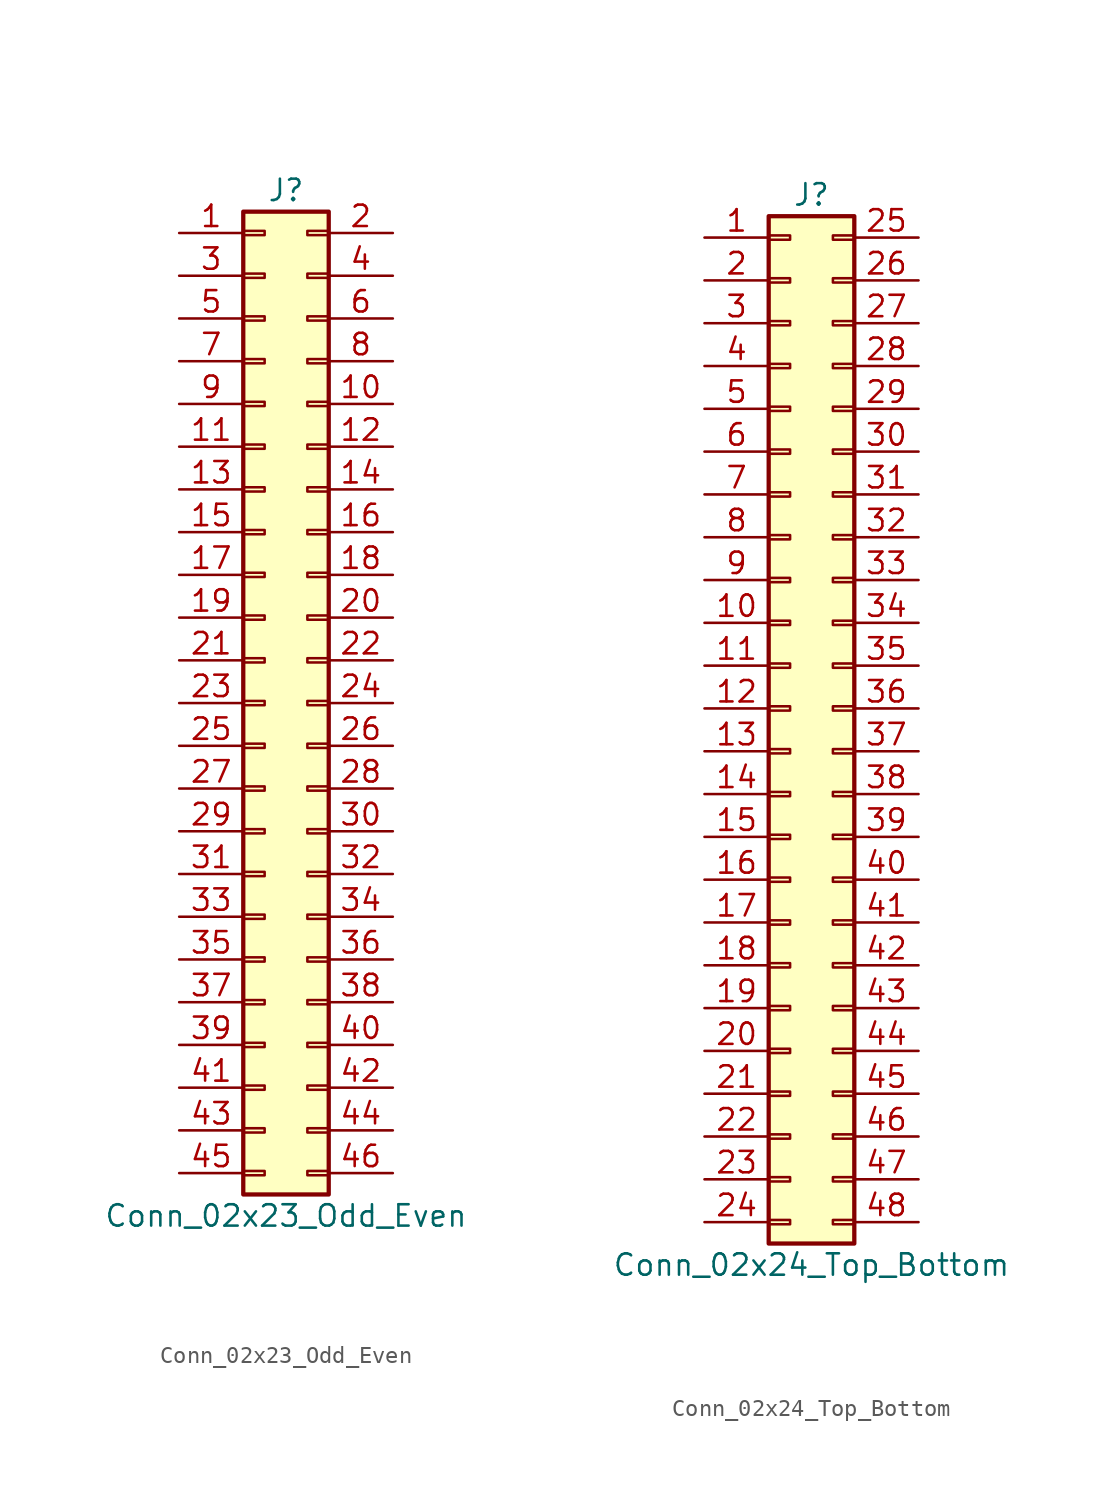
<source format=kicad_sym>
(kicad_symbol_lib
  (version 20201005)
  (generator kicad_symbol_editor)
  (symbol "Conn_02x23_Odd_Even"
    (pin_names
      (offset 1.016) hide)
    (property "Reference" "J"
      (at 1.27 30.48 0)
      (effects (font (size 1.27 1.27))))
    (property "Value" "Conn_02x23_Odd_Even"
      (at 1.27 -30.48 0)
      (effects (font (size 1.27 1.27))))
    (symbol "Conn_02x23_Odd_Even_1_1"
      (rectangle (start -1.27 -27.813) (end 0 -28.067) (stroke (width 0.152)) (fill (type none)))
      (rectangle (start -1.27 -25.273) (end 0 -25.527) (stroke (width 0.152)) (fill (type none)))
      (rectangle (start -1.27 -22.733) (end 0 -22.987) (stroke (width 0.152)) (fill (type none)))
      (rectangle (start -1.27 -20.193) (end 0 -20.447) (stroke (width 0.152)) (fill (type none)))
      (rectangle (start -1.27 -17.653) (end 0 -17.907) (stroke (width 0.152)) (fill (type none)))
      (rectangle (start -1.27 -15.113) (end 0 -15.367) (stroke (width 0.152)) (fill (type none)))
      (rectangle (start -1.27 -12.573) (end 0 -12.827) (stroke (width 0.152)) (fill (type none)))
      (rectangle (start -1.27 -10.033) (end 0 -10.287) (stroke (width 0.152)) (fill (type none)))
      (rectangle (start -1.27 -7.493) (end 0 -7.747) (stroke (width 0.152)) (fill (type none)))
      (rectangle (start -1.27 -4.953) (end 0 -5.207) (stroke (width 0.152)) (fill (type none)))
      (rectangle (start -1.27 -2.413) (end 0 -2.667) (stroke (width 0.152)) (fill (type none)))
      (rectangle (start -1.27 0.127) (end 0 -0.127) (stroke (width 0.152)) (fill (type none)))
      (rectangle (start -1.27 2.667) (end 0 2.413) (stroke (width 0.152)) (fill (type none)))
      (rectangle (start -1.27 5.207) (end 0 4.953) (stroke (width 0.152)) (fill (type none)))
      (rectangle (start -1.27 7.747) (end 0 7.493) (stroke (width 0.152)) (fill (type none)))
      (rectangle (start -1.27 10.287) (end 0 10.033) (stroke (width 0.152)) (fill (type none)))
      (rectangle (start -1.27 12.827) (end 0 12.573) (stroke (width 0.152)) (fill (type none)))
      (rectangle (start -1.27 15.367) (end 0 15.113) (stroke (width 0.152)) (fill (type none)))
      (rectangle (start -1.27 17.907) (end 0 17.653) (stroke (width 0.152)) (fill (type none)))
      (rectangle (start -1.27 20.447) (end 0 20.193) (stroke (width 0.152)) (fill (type none)))
      (rectangle (start -1.27 22.987) (end 0 22.733) (stroke (width 0.152)) (fill (type none)))
      (rectangle (start -1.27 25.527) (end 0 25.273) (stroke (width 0.152)) (fill (type none)))
      (rectangle (start -1.27 28.067) (end 0 27.813) (stroke (width 0.152)) (fill (type none)))
      (rectangle (start -1.27 29.21) (end 3.81 -29.21) (stroke (width 0.254)) (fill (type background)))
      (rectangle (start 3.81 -27.813) (end 2.54 -28.067) (stroke (width 0.152)) (fill (type none)))
      (rectangle (start 3.81 -25.273) (end 2.54 -25.527) (stroke (width 0.152)) (fill (type none)))
      (rectangle (start 3.81 -22.733) (end 2.54 -22.987) (stroke (width 0.152)) (fill (type none)))
      (rectangle (start 3.81 -20.193) (end 2.54 -20.447) (stroke (width 0.152)) (fill (type none)))
      (rectangle (start 3.81 -17.653) (end 2.54 -17.907) (stroke (width 0.152)) (fill (type none)))
      (rectangle (start 3.81 -15.113) (end 2.54 -15.367) (stroke (width 0.152)) (fill (type none)))
      (rectangle (start 3.81 -12.573) (end 2.54 -12.827) (stroke (width 0.152)) (fill (type none)))
      (rectangle (start 3.81 -10.033) (end 2.54 -10.287) (stroke (width 0.152)) (fill (type none)))
      (rectangle (start 3.81 -7.493) (end 2.54 -7.747) (stroke (width 0.152)) (fill (type none)))
      (rectangle (start 3.81 -4.953) (end 2.54 -5.207) (stroke (width 0.152)) (fill (type none)))
      (rectangle (start 3.81 -2.413) (end 2.54 -2.667) (stroke (width 0.152)) (fill (type none)))
      (rectangle (start 3.81 0.127) (end 2.54 -0.127) (stroke (width 0.152)) (fill (type none)))
      (rectangle (start 3.81 2.667) (end 2.54 2.413) (stroke (width 0.152)) (fill (type none)))
      (rectangle (start 3.81 5.207) (end 2.54 4.953) (stroke (width 0.152)) (fill (type none)))
      (rectangle (start 3.81 7.747) (end 2.54 7.493) (stroke (width 0.152)) (fill (type none)))
      (rectangle (start 3.81 10.287) (end 2.54 10.033) (stroke (width 0.152)) (fill (type none)))
      (rectangle (start 3.81 12.827) (end 2.54 12.573) (stroke (width 0.152)) (fill (type none)))
      (rectangle (start 3.81 15.367) (end 2.54 15.113) (stroke (width 0.152)) (fill (type none)))
      (rectangle (start 3.81 17.907) (end 2.54 17.653) (stroke (width 0.152)) (fill (type none)))
      (rectangle (start 3.81 20.447) (end 2.54 20.193) (stroke (width 0.152)) (fill (type none)))
      (rectangle (start 3.81 22.987) (end 2.54 22.733) (stroke (width 0.152)) (fill (type none)))
      (rectangle (start 3.81 25.527) (end 2.54 25.273) (stroke (width 0.152)) (fill (type none)))
      (rectangle (start 3.81 28.067) (end 2.54 27.813) (stroke (width 0.152)) (fill (type none)))
      (pin passive line (at -5.08 27.94 0) (length 3.81) (name "Pin_1" (effects (font (size 1.27 1.27)))) (number "1" (effects (font (size 1.27 1.27)))))
      (pin passive line (at 7.62 17.78 180) (length 3.81) (name "Pin_10" (effects (font (size 1.27 1.27)))) (number "10" (effects (font (size 1.27 1.27)))))
      (pin passive line (at -5.08 15.24 0) (length 3.81) (name "Pin_11" (effects (font (size 1.27 1.27)))) (number "11" (effects (font (size 1.27 1.27)))))
      (pin passive line (at 7.62 15.24 180) (length 3.81) (name "Pin_12" (effects (font (size 1.27 1.27)))) (number "12" (effects (font (size 1.27 1.27)))))
      (pin passive line (at -5.08 12.7 0) (length 3.81) (name "Pin_13" (effects (font (size 1.27 1.27)))) (number "13" (effects (font (size 1.27 1.27)))))
      (pin passive line (at 7.62 12.7 180) (length 3.81) (name "Pin_14" (effects (font (size 1.27 1.27)))) (number "14" (effects (font (size 1.27 1.27)))))
      (pin passive line (at -5.08 10.16 0) (length 3.81) (name "Pin_15" (effects (font (size 1.27 1.27)))) (number "15" (effects (font (size 1.27 1.27)))))
      (pin passive line (at 7.62 10.16 180) (length 3.81) (name "Pin_16" (effects (font (size 1.27 1.27)))) (number "16" (effects (font (size 1.27 1.27)))))
      (pin passive line (at -5.08 7.62 0) (length 3.81) (name "Pin_17" (effects (font (size 1.27 1.27)))) (number "17" (effects (font (size 1.27 1.27)))))
      (pin passive line (at 7.62 7.62 180) (length 3.81) (name "Pin_18" (effects (font (size 1.27 1.27)))) (number "18" (effects (font (size 1.27 1.27)))))
      (pin passive line (at -5.08 5.08 0) (length 3.81) (name "Pin_19" (effects (font (size 1.27 1.27)))) (number "19" (effects (font (size 1.27 1.27)))))
      (pin passive line (at 7.62 27.94 180) (length 3.81) (name "Pin_2" (effects (font (size 1.27 1.27)))) (number "2" (effects (font (size 1.27 1.27)))))
      (pin passive line (at 7.62 5.08 180) (length 3.81) (name "Pin_20" (effects (font (size 1.27 1.27)))) (number "20" (effects (font (size 1.27 1.27)))))
      (pin passive line (at -5.08 2.54 0) (length 3.81) (name "Pin_21" (effects (font (size 1.27 1.27)))) (number "21" (effects (font (size 1.27 1.27)))))
      (pin passive line (at 7.62 2.54 180) (length 3.81) (name "Pin_22" (effects (font (size 1.27 1.27)))) (number "22" (effects (font (size 1.27 1.27)))))
      (pin passive line (at -5.08 0 0) (length 3.81) (name "Pin_23" (effects (font (size 1.27 1.27)))) (number "23" (effects (font (size 1.27 1.27)))))
      (pin passive line (at 7.62 0 180) (length 3.81) (name "Pin_24" (effects (font (size 1.27 1.27)))) (number "24" (effects (font (size 1.27 1.27)))))
      (pin passive line (at -5.08 -2.54 0) (length 3.81) (name "Pin_25" (effects (font (size 1.27 1.27)))) (number "25" (effects (font (size 1.27 1.27)))))
      (pin passive line (at 7.62 -2.54 180) (length 3.81) (name "Pin_26" (effects (font (size 1.27 1.27)))) (number "26" (effects (font (size 1.27 1.27)))))
      (pin passive line (at -5.08 -5.08 0) (length 3.81) (name "Pin_27" (effects (font (size 1.27 1.27)))) (number "27" (effects (font (size 1.27 1.27)))))
      (pin passive line (at 7.62 -5.08 180) (length 3.81) (name "Pin_28" (effects (font (size 1.27 1.27)))) (number "28" (effects (font (size 1.27 1.27)))))
      (pin passive line (at -5.08 -7.62 0) (length 3.81) (name "Pin_29" (effects (font (size 1.27 1.27)))) (number "29" (effects (font (size 1.27 1.27)))))
      (pin passive line (at -5.08 25.4 0) (length 3.81) (name "Pin_3" (effects (font (size 1.27 1.27)))) (number "3" (effects (font (size 1.27 1.27)))))
      (pin passive line (at 7.62 -7.62 180) (length 3.81) (name "Pin_30" (effects (font (size 1.27 1.27)))) (number "30" (effects (font (size 1.27 1.27)))))
      (pin passive line (at -5.08 -10.16 0) (length 3.81) (name "Pin_31" (effects (font (size 1.27 1.27)))) (number "31" (effects (font (size 1.27 1.27)))))
      (pin passive line (at 7.62 -10.16 180) (length 3.81) (name "Pin_32" (effects (font (size 1.27 1.27)))) (number "32" (effects (font (size 1.27 1.27)))))
      (pin passive line (at -5.08 -12.7 0) (length 3.81) (name "Pin_33" (effects (font (size 1.27 1.27)))) (number "33" (effects (font (size 1.27 1.27)))))
      (pin passive line (at 7.62 -12.7 180) (length 3.81) (name "Pin_34" (effects (font (size 1.27 1.27)))) (number "34" (effects (font (size 1.27 1.27)))))
      (pin passive line (at -5.08 -15.24 0) (length 3.81) (name "Pin_35" (effects (font (size 1.27 1.27)))) (number "35" (effects (font (size 1.27 1.27)))))
      (pin passive line (at 7.62 -15.24 180) (length 3.81) (name "Pin_36" (effects (font (size 1.27 1.27)))) (number "36" (effects (font (size 1.27 1.27)))))
      (pin passive line (at -5.08 -17.78 0) (length 3.81) (name "Pin_37" (effects (font (size 1.27 1.27)))) (number "37" (effects (font (size 1.27 1.27)))))
      (pin passive line (at 7.62 -17.78 180) (length 3.81) (name "Pin_38" (effects (font (size 1.27 1.27)))) (number "38" (effects (font (size 1.27 1.27)))))
      (pin passive line (at -5.08 -20.32 0) (length 3.81) (name "Pin_39" (effects (font (size 1.27 1.27)))) (number "39" (effects (font (size 1.27 1.27)))))
      (pin passive line (at 7.62 25.4 180) (length 3.81) (name "Pin_4" (effects (font (size 1.27 1.27)))) (number "4" (effects (font (size 1.27 1.27)))))
      (pin passive line (at 7.62 -20.32 180) (length 3.81) (name "Pin_40" (effects (font (size 1.27 1.27)))) (number "40" (effects (font (size 1.27 1.27)))))
      (pin passive line (at -5.08 -22.86 0) (length 3.81) (name "Pin_41" (effects (font (size 1.27 1.27)))) (number "41" (effects (font (size 1.27 1.27)))))
      (pin passive line (at 7.62 -22.86 180) (length 3.81) (name "Pin_42" (effects (font (size 1.27 1.27)))) (number "42" (effects (font (size 1.27 1.27)))))
      (pin passive line (at -5.08 -25.4 0) (length 3.81) (name "Pin_43" (effects (font (size 1.27 1.27)))) (number "43" (effects (font (size 1.27 1.27)))))
      (pin passive line (at 7.62 -25.4 180) (length 3.81) (name "Pin_44" (effects (font (size 1.27 1.27)))) (number "44" (effects (font (size 1.27 1.27)))))
      (pin passive line (at -5.08 -27.94 0) (length 3.81) (name "Pin_45" (effects (font (size 1.27 1.27)))) (number "45" (effects (font (size 1.27 1.27)))))
      (pin passive line (at 7.62 -27.94 180) (length 3.81) (name "Pin_46" (effects (font (size 1.27 1.27)))) (number "46" (effects (font (size 1.27 1.27)))))
      (pin passive line (at -5.08 22.86 0) (length 3.81) (name "Pin_5" (effects (font (size 1.27 1.27)))) (number "5" (effects (font (size 1.27 1.27)))))
      (pin passive line (at 7.62 22.86 180) (length 3.81) (name "Pin_6" (effects (font (size 1.27 1.27)))) (number "6" (effects (font (size 1.27 1.27)))))
      (pin passive line (at -5.08 20.32 0) (length 3.81) (name "Pin_7" (effects (font (size 1.27 1.27)))) (number "7" (effects (font (size 1.27 1.27)))))
      (pin passive line (at 7.62 20.32 180) (length 3.81) (name "Pin_8" (effects (font (size 1.27 1.27)))) (number "8" (effects (font (size 1.27 1.27)))))
      (pin passive line (at -5.08 17.78 0) (length 3.81) (name "Pin_9" (effects (font (size 1.27 1.27)))) (number "9" (effects (font (size 1.27 1.27)))))))
  (symbol "Conn_02x24_Top_Bottom"
    (pin_names
      (offset 1.016) hide)
    (property "Reference" "J"
      (at 1.27 30.48 0)
      (effects (font (size 1.27 1.27))))
    (property "Value" "Conn_02x24_Top_Bottom"
      (at 1.27 -33.02 0)
      (effects (font (size 1.27 1.27))))
    (symbol "Conn_02x24_Top_Bottom_1_1"
      (rectangle (start -1.27 -30.353) (end 0 -30.607) (stroke (width 0.152)) (fill (type none)))
      (rectangle (start -1.27 -27.813) (end 0 -28.067) (stroke (width 0.152)) (fill (type none)))
      (rectangle (start -1.27 -25.273) (end 0 -25.527) (stroke (width 0.152)) (fill (type none)))
      (rectangle (start -1.27 -22.733) (end 0 -22.987) (stroke (width 0.152)) (fill (type none)))
      (rectangle (start -1.27 -20.193) (end 0 -20.447) (stroke (width 0.152)) (fill (type none)))
      (rectangle (start -1.27 -17.653) (end 0 -17.907) (stroke (width 0.152)) (fill (type none)))
      (rectangle (start -1.27 -15.113) (end 0 -15.367) (stroke (width 0.152)) (fill (type none)))
      (rectangle (start -1.27 -12.573) (end 0 -12.827) (stroke (width 0.152)) (fill (type none)))
      (rectangle (start -1.27 -10.033) (end 0 -10.287) (stroke (width 0.152)) (fill (type none)))
      (rectangle (start -1.27 -7.493) (end 0 -7.747) (stroke (width 0.152)) (fill (type none)))
      (rectangle (start -1.27 -4.953) (end 0 -5.207) (stroke (width 0.152)) (fill (type none)))
      (rectangle (start -1.27 -2.413) (end 0 -2.667) (stroke (width 0.152)) (fill (type none)))
      (rectangle (start -1.27 0.127) (end 0 -0.127) (stroke (width 0.152)) (fill (type none)))
      (rectangle (start -1.27 2.667) (end 0 2.413) (stroke (width 0.152)) (fill (type none)))
      (rectangle (start -1.27 5.207) (end 0 4.953) (stroke (width 0.152)) (fill (type none)))
      (rectangle (start -1.27 7.747) (end 0 7.493) (stroke (width 0.152)) (fill (type none)))
      (rectangle (start -1.27 10.287) (end 0 10.033) (stroke (width 0.152)) (fill (type none)))
      (rectangle (start -1.27 12.827) (end 0 12.573) (stroke (width 0.152)) (fill (type none)))
      (rectangle (start -1.27 15.367) (end 0 15.113) (stroke (width 0.152)) (fill (type none)))
      (rectangle (start -1.27 17.907) (end 0 17.653) (stroke (width 0.152)) (fill (type none)))
      (rectangle (start -1.27 20.447) (end 0 20.193) (stroke (width 0.152)) (fill (type none)))
      (rectangle (start -1.27 22.987) (end 0 22.733) (stroke (width 0.152)) (fill (type none)))
      (rectangle (start -1.27 25.527) (end 0 25.273) (stroke (width 0.152)) (fill (type none)))
      (rectangle (start -1.27 28.067) (end 0 27.813) (stroke (width 0.152)) (fill (type none)))
      (rectangle (start -1.27 29.21) (end 3.81 -31.75) (stroke (width 0.254)) (fill (type background)))
      (rectangle (start 3.81 -30.353) (end 2.54 -30.607) (stroke (width 0.152)) (fill (type none)))
      (rectangle (start 3.81 -27.813) (end 2.54 -28.067) (stroke (width 0.152)) (fill (type none)))
      (rectangle (start 3.81 -25.273) (end 2.54 -25.527) (stroke (width 0.152)) (fill (type none)))
      (rectangle (start 3.81 -22.733) (end 2.54 -22.987) (stroke (width 0.152)) (fill (type none)))
      (rectangle (start 3.81 -20.193) (end 2.54 -20.447) (stroke (width 0.152)) (fill (type none)))
      (rectangle (start 3.81 -17.653) (end 2.54 -17.907) (stroke (width 0.152)) (fill (type none)))
      (rectangle (start 3.81 -15.113) (end 2.54 -15.367) (stroke (width 0.152)) (fill (type none)))
      (rectangle (start 3.81 -12.573) (end 2.54 -12.827) (stroke (width 0.152)) (fill (type none)))
      (rectangle (start 3.81 -10.033) (end 2.54 -10.287) (stroke (width 0.152)) (fill (type none)))
      (rectangle (start 3.81 -7.493) (end 2.54 -7.747) (stroke (width 0.152)) (fill (type none)))
      (rectangle (start 3.81 -4.953) (end 2.54 -5.207) (stroke (width 0.152)) (fill (type none)))
      (rectangle (start 3.81 -2.413) (end 2.54 -2.667) (stroke (width 0.152)) (fill (type none)))
      (rectangle (start 3.81 0.127) (end 2.54 -0.127) (stroke (width 0.152)) (fill (type none)))
      (rectangle (start 3.81 2.667) (end 2.54 2.413) (stroke (width 0.152)) (fill (type none)))
      (rectangle (start 3.81 5.207) (end 2.54 4.953) (stroke (width 0.152)) (fill (type none)))
      (rectangle (start 3.81 7.747) (end 2.54 7.493) (stroke (width 0.152)) (fill (type none)))
      (rectangle (start 3.81 10.287) (end 2.54 10.033) (stroke (width 0.152)) (fill (type none)))
      (rectangle (start 3.81 12.827) (end 2.54 12.573) (stroke (width 0.152)) (fill (type none)))
      (rectangle (start 3.81 15.367) (end 2.54 15.113) (stroke (width 0.152)) (fill (type none)))
      (rectangle (start 3.81 17.907) (end 2.54 17.653) (stroke (width 0.152)) (fill (type none)))
      (rectangle (start 3.81 20.447) (end 2.54 20.193) (stroke (width 0.152)) (fill (type none)))
      (rectangle (start 3.81 22.987) (end 2.54 22.733) (stroke (width 0.152)) (fill (type none)))
      (rectangle (start 3.81 25.527) (end 2.54 25.273) (stroke (width 0.152)) (fill (type none)))
      (rectangle (start 3.81 28.067) (end 2.54 27.813) (stroke (width 0.152)) (fill (type none)))
      (pin passive line (at -5.08 27.94 0) (length 3.81) (name "Pin_1" (effects (font (size 1.27 1.27)))) (number "1" (effects (font (size 1.27 1.27)))))
      (pin passive line (at -5.08 5.08 0) (length 3.81) (name "Pin_10" (effects (font (size 1.27 1.27)))) (number "10" (effects (font (size 1.27 1.27)))))
      (pin passive line (at -5.08 2.54 0) (length 3.81) (name "Pin_11" (effects (font (size 1.27 1.27)))) (number "11" (effects (font (size 1.27 1.27)))))
      (pin passive line (at -5.08 0 0) (length 3.81) (name "Pin_12" (effects (font (size 1.27 1.27)))) (number "12" (effects (font (size 1.27 1.27)))))
      (pin passive line (at -5.08 -2.54 0) (length 3.81) (name "Pin_13" (effects (font (size 1.27 1.27)))) (number "13" (effects (font (size 1.27 1.27)))))
      (pin passive line (at -5.08 -5.08 0) (length 3.81) (name "Pin_14" (effects (font (size 1.27 1.27)))) (number "14" (effects (font (size 1.27 1.27)))))
      (pin passive line (at -5.08 -7.62 0) (length 3.81) (name "Pin_15" (effects (font (size 1.27 1.27)))) (number "15" (effects (font (size 1.27 1.27)))))
      (pin passive line (at -5.08 -10.16 0) (length 3.81) (name "Pin_16" (effects (font (size 1.27 1.27)))) (number "16" (effects (font (size 1.27 1.27)))))
      (pin passive line (at -5.08 -12.7 0) (length 3.81) (name "Pin_17" (effects (font (size 1.27 1.27)))) (number "17" (effects (font (size 1.27 1.27)))))
      (pin passive line (at -5.08 -15.24 0) (length 3.81) (name "Pin_18" (effects (font (size 1.27 1.27)))) (number "18" (effects (font (size 1.27 1.27)))))
      (pin passive line (at -5.08 -17.78 0) (length 3.81) (name "Pin_19" (effects (font (size 1.27 1.27)))) (number "19" (effects (font (size 1.27 1.27)))))
      (pin passive line (at -5.08 25.4 0) (length 3.81) (name "Pin_2" (effects (font (size 1.27 1.27)))) (number "2" (effects (font (size 1.27 1.27)))))
      (pin passive line (at -5.08 -20.32 0) (length 3.81) (name "Pin_20" (effects (font (size 1.27 1.27)))) (number "20" (effects (font (size 1.27 1.27)))))
      (pin passive line (at -5.08 -22.86 0) (length 3.81) (name "Pin_21" (effects (font (size 1.27 1.27)))) (number "21" (effects (font (size 1.27 1.27)))))
      (pin passive line (at -5.08 -25.4 0) (length 3.81) (name "Pin_22" (effects (font (size 1.27 1.27)))) (number "22" (effects (font (size 1.27 1.27)))))
      (pin passive line (at -5.08 -27.94 0) (length 3.81) (name "Pin_23" (effects (font (size 1.27 1.27)))) (number "23" (effects (font (size 1.27 1.27)))))
      (pin passive line (at -5.08 -30.48 0) (length 3.81) (name "Pin_24" (effects (font (size 1.27 1.27)))) (number "24" (effects (font (size 1.27 1.27)))))
      (pin passive line (at 7.62 27.94 180) (length 3.81) (name "Pin_25" (effects (font (size 1.27 1.27)))) (number "25" (effects (font (size 1.27 1.27)))))
      (pin passive line (at 7.62 25.4 180) (length 3.81) (name "Pin_26" (effects (font (size 1.27 1.27)))) (number "26" (effects (font (size 1.27 1.27)))))
      (pin passive line (at 7.62 22.86 180) (length 3.81) (name "Pin_27" (effects (font (size 1.27 1.27)))) (number "27" (effects (font (size 1.27 1.27)))))
      (pin passive line (at 7.62 20.32 180) (length 3.81) (name "Pin_28" (effects (font (size 1.27 1.27)))) (number "28" (effects (font (size 1.27 1.27)))))
      (pin passive line (at 7.62 17.78 180) (length 3.81) (name "Pin_29" (effects (font (size 1.27 1.27)))) (number "29" (effects (font (size 1.27 1.27)))))
      (pin passive line (at -5.08 22.86 0) (length 3.81) (name "Pin_3" (effects (font (size 1.27 1.27)))) (number "3" (effects (font (size 1.27 1.27)))))
      (pin passive line (at 7.62 15.24 180) (length 3.81) (name "Pin_30" (effects (font (size 1.27 1.27)))) (number "30" (effects (font (size 1.27 1.27)))))
      (pin passive line (at 7.62 12.7 180) (length 3.81) (name "Pin_31" (effects (font (size 1.27 1.27)))) (number "31" (effects (font (size 1.27 1.27)))))
      (pin passive line (at 7.62 10.16 180) (length 3.81) (name "Pin_32" (effects (font (size 1.27 1.27)))) (number "32" (effects (font (size 1.27 1.27)))))
      (pin passive line (at 7.62 7.62 180) (length 3.81) (name "Pin_33" (effects (font (size 1.27 1.27)))) (number "33" (effects (font (size 1.27 1.27)))))
      (pin passive line (at 7.62 5.08 180) (length 3.81) (name "Pin_34" (effects (font (size 1.27 1.27)))) (number "34" (effects (font (size 1.27 1.27)))))
      (pin passive line (at 7.62 2.54 180) (length 3.81) (name "Pin_35" (effects (font (size 1.27 1.27)))) (number "35" (effects (font (size 1.27 1.27)))))
      (pin passive line (at 7.62 0 180) (length 3.81) (name "Pin_36" (effects (font (size 1.27 1.27)))) (number "36" (effects (font (size 1.27 1.27)))))
      (pin passive line (at 7.62 -2.54 180) (length 3.81) (name "Pin_37" (effects (font (size 1.27 1.27)))) (number "37" (effects (font (size 1.27 1.27)))))
      (pin passive line (at 7.62 -5.08 180) (length 3.81) (name "Pin_38" (effects (font (size 1.27 1.27)))) (number "38" (effects (font (size 1.27 1.27)))))
      (pin passive line (at 7.62 -7.62 180) (length 3.81) (name "Pin_39" (effects (font (size 1.27 1.27)))) (number "39" (effects (font (size 1.27 1.27)))))
      (pin passive line (at -5.08 20.32 0) (length 3.81) (name "Pin_4" (effects (font (size 1.27 1.27)))) (number "4" (effects (font (size 1.27 1.27)))))
      (pin passive line (at 7.62 -10.16 180) (length 3.81) (name "Pin_40" (effects (font (size 1.27 1.27)))) (number "40" (effects (font (size 1.27 1.27)))))
      (pin passive line (at 7.62 -12.7 180) (length 3.81) (name "Pin_41" (effects (font (size 1.27 1.27)))) (number "41" (effects (font (size 1.27 1.27)))))
      (pin passive line (at 7.62 -15.24 180) (length 3.81) (name "Pin_42" (effects (font (size 1.27 1.27)))) (number "42" (effects (font (size 1.27 1.27)))))
      (pin passive line (at 7.62 -17.78 180) (length 3.81) (name "Pin_43" (effects (font (size 1.27 1.27)))) (number "43" (effects (font (size 1.27 1.27)))))
      (pin passive line (at 7.62 -20.32 180) (length 3.81) (name "Pin_44" (effects (font (size 1.27 1.27)))) (number "44" (effects (font (size 1.27 1.27)))))
      (pin passive line (at 7.62 -22.86 180) (length 3.81) (name "Pin_45" (effects (font (size 1.27 1.27)))) (number "45" (effects (font (size 1.27 1.27)))))
      (pin passive line (at 7.62 -25.4 180) (length 3.81) (name "Pin_46" (effects (font (size 1.27 1.27)))) (number "46" (effects (font (size 1.27 1.27)))))
      (pin passive line (at 7.62 -27.94 180) (length 3.81) (name "Pin_47" (effects (font (size 1.27 1.27)))) (number "47" (effects (font (size 1.27 1.27)))))
      (pin passive line (at 7.62 -30.48 180) (length 3.81) (name "Pin_48" (effects (font (size 1.27 1.27)))) (number "48" (effects (font (size 1.27 1.27)))))
      (pin passive line (at -5.08 17.78 0) (length 3.81) (name "Pin_5" (effects (font (size 1.27 1.27)))) (number "5" (effects (font (size 1.27 1.27)))))
      (pin passive line (at -5.08 15.24 0) (length 3.81) (name "Pin_6" (effects (font (size 1.27 1.27)))) (number "6" (effects (font (size 1.27 1.27)))))
      (pin passive line (at -5.08 12.7 0) (length 3.81) (name "Pin_7" (effects (font (size 1.27 1.27)))) (number "7" (effects (font (size 1.27 1.27)))))
      (pin passive line (at -5.08 10.16 0) (length 3.81) (name "Pin_8" (effects (font (size 1.27 1.27)))) (number "8" (effects (font (size 1.27 1.27)))))
      (pin passive line (at -5.08 7.62 0) (length 3.81) (name "Pin_9" (effects (font (size 1.27 1.27)))) (number "9" (effects (font (size 1.27 1.27))))))))
</source>
